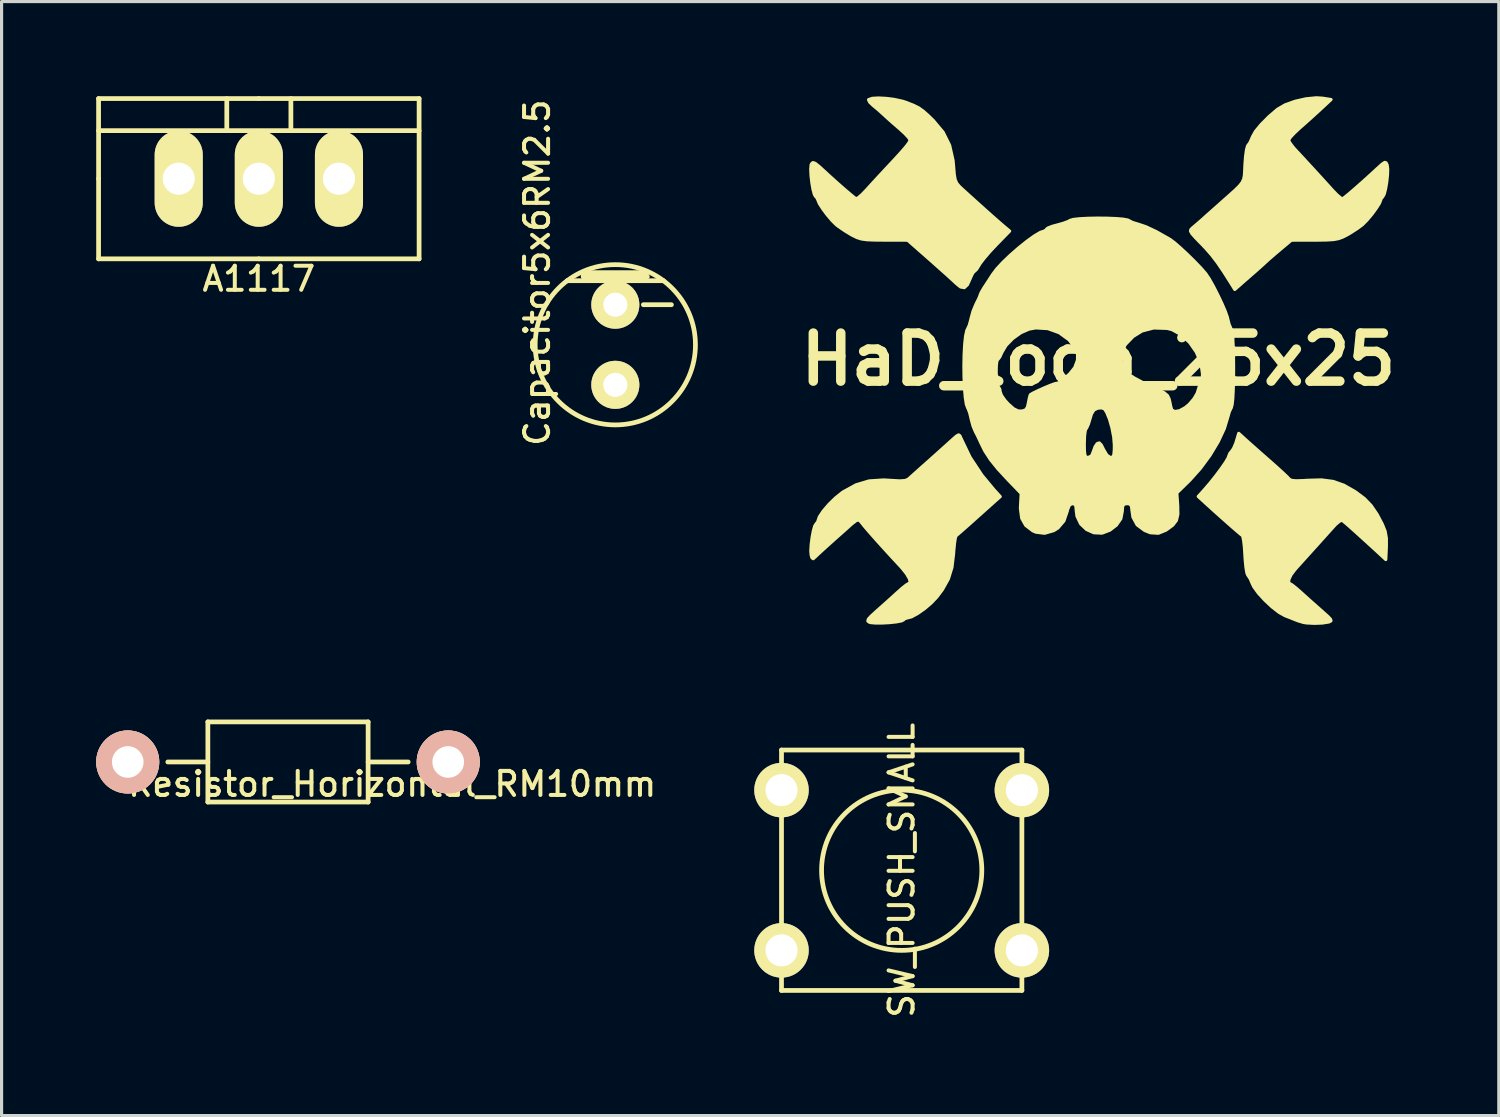
<source format=kicad_pcb>
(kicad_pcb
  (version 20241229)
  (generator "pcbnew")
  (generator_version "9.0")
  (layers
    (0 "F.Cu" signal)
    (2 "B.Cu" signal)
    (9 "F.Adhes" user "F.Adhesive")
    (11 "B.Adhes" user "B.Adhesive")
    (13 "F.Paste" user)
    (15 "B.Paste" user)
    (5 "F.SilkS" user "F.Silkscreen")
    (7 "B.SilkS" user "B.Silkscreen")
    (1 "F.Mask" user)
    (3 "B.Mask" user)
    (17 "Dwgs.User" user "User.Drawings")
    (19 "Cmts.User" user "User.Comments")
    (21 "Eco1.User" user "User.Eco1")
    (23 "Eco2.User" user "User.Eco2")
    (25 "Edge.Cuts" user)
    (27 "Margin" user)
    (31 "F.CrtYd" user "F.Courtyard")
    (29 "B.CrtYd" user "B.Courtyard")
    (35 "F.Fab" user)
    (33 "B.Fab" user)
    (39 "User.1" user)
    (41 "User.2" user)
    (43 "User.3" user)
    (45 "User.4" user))
  (footprint "SW_PUSH_SMALL"
    (layer "F.Cu")
    (at 25.533 24.536)
    (property "Reference" "SW_PUSH_SMALL" (at 0 0 90) (layer "F.SilkS") (effects (font (size 0.762 0.762) (thickness 0.127))))
    (attr through_hole)
    (fp_line (start -3.81 -3.81) (end -3.81 3.81) (stroke (width 0.15) (type solid)) (layer "F.SilkS"))
    (fp_line (start -3.81 -3.81) (end 3.81 -3.81) (stroke (width 0.15) (type solid)) (layer "F.SilkS"))
    (fp_line (start 3.81 -3.81) (end 3.81 3.81) (stroke (width 0.15) (type solid)) (layer "F.SilkS"))
    (fp_line (start 3.81 3.81) (end -3.81 3.81) (stroke (width 0.15) (type solid)) (layer "F.SilkS"))
    (fp_circle (center 0 0) (end 0 -2.54) (stroke (width 0.15) (type solid)) (fill no) (layer "F.SilkS"))
    (pad "1" thru_hole circle (at -3.81 -2.54) (size 1.727 1.727) (drill 1.016) (layers "*.Cu" "*.Mask" "F.SilkS"))
    (pad "1" thru_hole circle (at 3.81 -2.54) (size 1.727 1.727) (drill 1.016) (layers "*.Cu" "*.Mask" "F.SilkS"))
    (pad "2" thru_hole circle (at -3.81 2.54) (size 1.727 1.727) (drill 1.016) (layers "*.Cu" "*.Mask" "F.SilkS"))
    (pad "2" thru_hole circle (at 3.81 2.54) (size 1.727 1.727) (drill 1.016) (layers "*.Cu" "*.Mask" "F.SilkS")))
  (footprint "Resistor_Horizontal_RM10mm"
    (layer "F.Cu")
    (at 6.079 21.104)
    (property "Reference" "Resistor_Horizontal_RM10mm" (at 3.302 0.699 0) (layer "F.SilkS") (effects (font (size 0.762 0.762) (thickness 0.127))))
    (attr through_hole)
    (fp_line (start -2.54 -1.27) (end 2.54 -1.27) (stroke (width 0.15) (type solid)) (layer "F.SilkS"))
    (fp_line (start -2.54 0) (end -3.81 0) (stroke (width 0.15) (type solid)) (layer "F.SilkS"))
    (fp_line (start -2.54 1.27) (end -2.54 -1.27) (stroke (width 0.15) (type solid)) (layer "F.SilkS"))
    (fp_line (start 2.54 -1.27) (end 2.54 1.27) (stroke (width 0.15) (type solid)) (layer "F.SilkS"))
    (fp_line (start 2.54 0) (end 3.81 0) (stroke (width 0.15) (type solid)) (layer "F.SilkS"))
    (fp_line (start 2.54 1.27) (end -2.54 1.27) (stroke (width 0.15) (type solid)) (layer "F.SilkS"))
    (pad "1" thru_hole circle (at -5.08 0) (size 1.999 1.999) (drill 1.001) (layers "*.Cu" "*.SilkS" "*.Mask"))
    (pad "2" thru_hole circle (at 5.08 0) (size 1.999 1.999) (drill 1.001) (layers "*.Cu" "*.SilkS" "*.Mask")))
  (footprint "Capacitor5x6RM2.5"
    (layer "F.Cu")
    (at 16.455 7.879)
    (property "Reference" "Capacitor5x6RM2.5" (at -2.477 -2.286 90) (layer "F.SilkS") (effects (font (size 0.762 0.762) (thickness 0.127))))
    (attr through_hole)
    (fp_line (start -1.524 -2.032) (end 1.524 -2.032) (stroke (width 0.15) (type solid)) (layer "F.SilkS"))
    (fp_line (start -1.016 -2.286) (end -1.016 -2.159) (stroke (width 0.15) (type solid)) (layer "F.SilkS"))
    (fp_line (start -1.016 -2.159) (end 1.016 -2.159) (stroke (width 0.15) (type solid)) (layer "F.SilkS"))
    (fp_line (start 0.889 -1.27) (end 1.778 -1.27) (stroke (width 0.15) (type solid)) (layer "F.SilkS"))
    (fp_line (start 1.016 -2.286) (end -1.016 -2.286) (stroke (width 0.15) (type solid)) (layer "F.SilkS"))
    (fp_circle (center 0 0) (end -2.54 0) (stroke (width 0.15) (type solid)) (fill no) (layer "F.SilkS"))
    (pad "1" thru_hole circle (at 0 1.27) (size 1.524 1.524) (drill 0.762) (layers "*.Cu" "*.Mask" "F.SilkS"))
    (pad "2" thru_hole circle (at 0 -1.27) (size 1.524 1.524) (drill 0.762) (layers "*.Cu" "*.Mask" "F.SilkS")))
  (footprint "A1117"
    (layer "F.Cu")
    (at 5.155 2.615)
    (property "Reference" "A1117" (at 0 3.175 0) (layer "F.SilkS") (effects (font (size 0.762 0.762) (thickness 0.127))))
    (attr through_hole)
    (fp_line (start -5.08 -2.54) (end 0 -2.54) (stroke (width 0.15) (type solid)) (layer "F.SilkS"))
    (fp_line (start -5.08 0) (end -5.08 -2.54) (stroke (width 0.15) (type solid)) (layer "F.SilkS"))
    (fp_line (start -5.08 2.54) (end -5.08 0) (stroke (width 0.15) (type solid)) (layer "F.SilkS"))
    (fp_line (start -1.016 -1.524) (end -1.016 -2.54) (stroke (width 0.15) (type solid)) (layer "F.SilkS"))
    (fp_line (start 0 -2.54) (end 5.08 -2.54) (stroke (width 0.15) (type solid)) (layer "F.SilkS"))
    (fp_line (start 0 2.54) (end -5.08 2.54) (stroke (width 0.15) (type solid)) (layer "F.SilkS"))
    (fp_line (start 1.016 -2.54) (end 1.016 -1.524) (stroke (width 0.15) (type solid)) (layer "F.SilkS"))
    (fp_line (start 5.08 -2.54) (end 5.08 2.54) (stroke (width 0.15) (type solid)) (layer "F.SilkS"))
    (fp_line (start 5.08 -1.524) (end -5.08 -1.524) (stroke (width 0.15) (type solid)) (layer "F.SilkS"))
    (fp_line (start 5.08 2.54) (end 0 2.54) (stroke (width 0.15) (type solid)) (layer "F.SilkS"))
    (pad "1" thru_hole oval (at -2.54 0) (size 1.524 3.048) (drill 1.016) (layers "*.Cu" "*.Mask" "F.SilkS"))
    (pad "2" thru_hole oval (at 0 0) (size 1.524 3.048) (drill 1.016) (layers "*.Cu" "*.Mask" "F.SilkS"))
    (pad "3" thru_hole oval (at 2.54 0) (size 1.524 3.048) (drill 1.016) (layers "*.Cu" "*.Mask" "F.SilkS")))
  (footprint "HaD_logo_25x25"
    (layer "F.Cu")
    (at 31.766 8.342)
    (property "Reference" "HaD_logo_25x25" (at 0 0 0) (layer "F.SilkS") (effects (font (size 1.524 1.524) (thickness 0.3))))
    (attr through_hole)
    (fp_poly (pts (xy 9.131 5.935) (xy 9.112 6.345) (xy 8.822 6.077) (xy 8.476 5.761) (xy 8.184 5.496) (xy 7.955 5.291) (xy 7.799 5.156) (xy 7.73 5.101) (xy 7.657 5.122) (xy 7.539 5.217) (xy 7.479 5.279) (xy 7.352 5.421) (xy 7.169 5.624) (xy 6.962 5.854) (xy 6.858 5.969) (xy 6.649 6.201) (xy 6.449 6.423) (xy 6.287 6.603) (xy 6.231 6.666) (xy 6.109 6.829) (xy 6.04 6.977) (xy 6.033 7.082) (xy 6.08 7.113) (xy 6.148 7.154) (xy 6.279 7.259) (xy 6.445 7.405) (xy 6.673 7.611) (xy 6.931 7.84) (xy 7.101 7.99) (xy 7.274 8.145) (xy 7.362 8.237) (xy 7.375 8.288) (xy 7.325 8.318) (xy 7.292 8.328) (xy 7.097 8.358) (xy 6.846 8.367) (xy 6.605 8.355) (xy 6.509 8.34) (xy 6.339 8.29) (xy 6.255 8.258) (xy 6.106 8.198) (xy 5.923 8.127) (xy 5.917 8.125) (xy 5.73 8.021) (xy 5.507 7.847) (xy 5.279 7.634) (xy 5.076 7.413) (xy 4.93 7.212) (xy 4.881 7.112) (xy 4.814 6.954) (xy 4.749 6.854) (xy 4.74 6.847) (xy 4.709 6.768) (xy 4.679 6.593) (xy 4.656 6.353) (xy 4.647 6.212) (xy 4.63 5.95) (xy 4.606 5.74) (xy 4.579 5.611) (xy 4.566 5.585) (xy 4.492 5.527) (xy 4.346 5.402) (xy 4.148 5.23) (xy 3.922 5.029) (xy 3.688 4.82) (xy 3.468 4.621) (xy 3.447 4.602) (xy 3.167 4.346) (xy 3.365 4.126) (xy 3.548 3.912) (xy 3.732 3.68) (xy 3.9 3.455) (xy 4.033 3.262) (xy 4.113 3.125) (xy 4.128 3.08) (xy 4.172 2.973) (xy 4.212 2.93) (xy 4.284 2.827) (xy 4.357 2.657) (xy 4.374 2.602) (xy 4.451 2.345) (xy 4.655 2.531) (xy 4.785 2.648) (xy 4.982 2.823) (xy 5.219 3.032) (xy 5.429 3.216) (xy 5.657 3.418) (xy 5.851 3.595) (xy 5.99 3.727) (xy 6.052 3.794) (xy 6.117 3.834) (xy 6.262 3.849) (xy 6.504 3.842) (xy 6.633 3.833) (xy 7.076 3.821) (xy 7.445 3.869) (xy 7.782 3.988) (xy 8.132 4.187) (xy 8.16 4.206) (xy 8.434 4.411) (xy 8.65 4.636) (xy 8.839 4.915) (xy 9.002 5.224) (xy 9.092 5.447) (xy 9.131 5.669) (xy 9.131 5.935)) (stroke (width 0.1) (type solid)) (fill yes) (layer "F.SilkS"))
    (fp_poly (pts (xy -3.109 4.35) (xy -3.317 4.534) (xy -3.457 4.66) (xy -3.658 4.839) (xy -3.886 5.043) (xy -3.991 5.138) (xy -4.195 5.319) (xy -4.364 5.468) (xy -4.476 5.564) (xy -4.507 5.588) (xy -4.533 5.662) (xy -4.559 5.831) (xy -4.582 6.064) (xy -4.588 6.16) (xy -4.64 6.595) (xy -4.752 6.958) (xy -4.942 7.299) (xy -5.118 7.534) (xy -5.294 7.719) (xy -5.507 7.901) (xy -5.726 8.055) (xy -5.919 8.16) (xy -6.038 8.191) (xy -6.144 8.222) (xy -6.17 8.255) (xy -6.24 8.29) (xy -6.4 8.321) (xy -6.615 8.344) (xy -6.846 8.357) (xy -7.059 8.358) (xy -7.216 8.344) (xy -7.259 8.332) (xy -7.306 8.296) (xy -7.292 8.237) (xy -7.204 8.139) (xy -7.031 7.981) (xy -7.015 7.967) (xy -6.784 7.762) (xy -6.541 7.544) (xy -6.363 7.382) (xy -6.203 7.241) (xy -6.078 7.143) (xy -6.02 7.112) (xy -5.963 7.07) (xy -5.987 6.957) (xy -6.082 6.792) (xy -6.24 6.596) (xy -6.271 6.562) (xy -6.541 6.271) (xy -6.805 5.982) (xy -7.049 5.711) (xy -7.256 5.477) (xy -7.411 5.296) (xy -7.5 5.185) (xy -7.512 5.168) (xy -7.581 5.092) (xy -7.671 5.105) (xy -7.81 5.212) (xy -7.823 5.223) (xy -7.942 5.331) (xy -8.124 5.493) (xy -8.336 5.681) (xy -8.41 5.747) (xy -8.616 5.932) (xy -8.797 6.097) (xy -8.924 6.215) (xy -8.952 6.242) (xy -9.037 6.318) (xy -9.079 6.29) (xy -9.103 6.206) (xy -9.114 6.067) (xy -9.102 5.867) (xy -9.073 5.644) (xy -9.034 5.436) (xy -8.99 5.281) (xy -8.95 5.218) (xy -8.892 5.145) (xy -8.89 5.127) (xy -8.844 4.992) (xy -8.72 4.806) (xy -8.542 4.598) (xy -8.334 4.394) (xy -8.119 4.222) (xy -8.088 4.2) (xy -7.682 3.977) (xy -7.267 3.853) (xy -6.806 3.822) (xy -6.567 3.836) (xy -6.291 3.852) (xy -6.117 3.839) (xy -6.022 3.796) (xy -5.94 3.722) (xy -5.787 3.585) (xy -5.586 3.405) (xy -5.399 3.239) (xy -5.156 3.022) (xy -4.923 2.813) (xy -4.732 2.641) (xy -4.639 2.556) (xy -4.502 2.435) (xy -4.429 2.393) (xy -4.387 2.422) (xy -4.356 2.493) (xy -4.067 3.098) (xy -3.691 3.668) (xy -3.317 4.12) (xy -3.109 4.35)) (stroke (width 0.1) (type solid)) (fill yes) (layer "F.SilkS"))
    (fp_poly (pts (xy -2.811 -4.067) (xy -3.245 -3.622) (xy -3.446 -3.407) (xy -3.62 -3.203) (xy -3.744 -3.041) (xy -3.778 -2.985) (xy -3.858 -2.856) (xy -3.921 -2.795) (xy -3.926 -2.794) (xy -3.977 -2.741) (xy -4.041 -2.609) (xy -4.053 -2.578) (xy -4.149 -2.366) (xy -4.248 -2.274) (xy -4.367 -2.295) (xy -4.49 -2.394) (xy -4.605 -2.501) (xy -4.791 -2.671) (xy -5.027 -2.881) (xy -5.287 -3.113) (xy -5.358 -3.175) (xy -6.043 -3.778) (xy -6.784 -3.78) (xy -7.11 -3.783) (xy -7.341 -3.793) (xy -7.509 -3.817) (xy -7.644 -3.859) (xy -7.779 -3.924) (xy -7.828 -3.95) (xy -8.039 -4.078) (xy -8.232 -4.21) (xy -8.305 -4.266) (xy -8.445 -4.405) (xy -8.598 -4.586) (xy -8.739 -4.776) (xy -8.845 -4.942) (xy -8.89 -5.05) (xy -8.89 -5.055) (xy -8.935 -5.144) (xy -8.957 -5.155) (xy -9.001 -5.227) (xy -9.044 -5.387) (xy -9.081 -5.599) (xy -9.107 -5.825) (xy -9.116 -6.027) (xy -9.105 -6.167) (xy -9.095 -6.194) (xy -9.049 -6.238) (xy -8.975 -6.215) (xy -8.85 -6.115) (xy -8.78 -6.052) (xy -8.528 -5.82) (xy -8.278 -5.595) (xy -8.047 -5.392) (xy -7.857 -5.23) (xy -7.726 -5.123) (xy -7.677 -5.091) (xy -7.61 -5.124) (xy -7.488 -5.23) (xy -7.351 -5.372) (xy -7.169 -5.573) (xy -6.946 -5.815) (xy -6.729 -6.048) (xy -6.718 -6.06) (xy -6.434 -6.364) (xy -6.228 -6.591) (xy -6.09 -6.753) (xy -6.008 -6.862) (xy -5.973 -6.932) (xy -5.969 -6.955) (xy -6.014 -7.031) (xy -6.133 -7.159) (xy -6.297 -7.309) (xy -6.496 -7.481) (xy -6.681 -7.645) (xy -6.792 -7.748) (xy -6.968 -7.907) (xy -7.141 -8.051) (xy -7.248 -8.153) (xy -7.284 -8.227) (xy -7.28 -8.235) (xy -7.17 -8.274) (xy -6.973 -8.286) (xy -6.722 -8.273) (xy -6.455 -8.237) (xy -6.205 -8.183) (xy -6.077 -8.141) (xy -5.858 -8.054) (xy -5.697 -7.974) (xy -5.555 -7.874) (xy -5.392 -7.73) (xy -5.228 -7.57) (xy -4.917 -7.198) (xy -4.713 -6.786) (xy -4.605 -6.31) (xy -4.588 -6.128) (xy -4.567 -5.869) (xy -4.538 -5.699) (xy -4.488 -5.583) (xy -4.404 -5.483) (xy -4.347 -5.429) (xy -4.109 -5.212) (xy -3.842 -4.971) (xy -3.572 -4.728) (xy -3.324 -4.508) (xy -3.123 -4.331) (xy -3.009 -4.233) (xy -2.811 -4.067)) (stroke (width 0.1) (type solid)) (fill yes) (layer "F.SilkS"))
    (fp_poly (pts (xy 9.173 -6.032) (xy 9.166 -5.838) (xy 9.142 -5.615) (xy 9.105 -5.402) (xy 9.062 -5.236) (xy 9.017 -5.156) (xy 9.014 -5.154) (xy 8.957 -5.081) (xy 8.954 -5.055) (xy 8.914 -4.952) (xy 8.812 -4.79) (xy 8.673 -4.6) (xy 8.52 -4.418) (xy 8.378 -4.275) (xy 8.368 -4.266) (xy 8.209 -4.148) (xy 8 -4.013) (xy 7.892 -3.95) (xy 7.749 -3.877) (xy 7.616 -3.828) (xy 7.462 -3.799) (xy 7.253 -3.785) (xy 6.959 -3.78) (xy 6.854 -3.78) (xy 6.119 -3.778) (xy 5.778 -3.492) (xy 5.583 -3.327) (xy 5.41 -3.177) (xy 5.303 -3.08) (xy 5.169 -2.957) (xy 4.999 -2.806) (xy 4.95 -2.763) (xy 4.757 -2.595) (xy 4.562 -2.424) (xy 4.528 -2.394) (xy 4.325 -2.216) (xy 4.215 -2.394) (xy 3.975 -2.773) (xy 3.773 -3.07) (xy 3.585 -3.315) (xy 3.389 -3.538) (xy 3.261 -3.671) (xy 3.074 -3.863) (xy 2.965 -3.987) (xy 2.922 -4.065) (xy 2.934 -4.119) (xy 2.989 -4.173) (xy 2.997 -4.179) (xy 3.139 -4.299) (xy 3.294 -4.435) (xy 3.423 -4.551) (xy 3.61 -4.717) (xy 3.816 -4.9) (xy 3.842 -4.924) (xy 4.127 -5.176) (xy 4.332 -5.36) (xy 4.473 -5.499) (xy 4.561 -5.612) (xy 4.609 -5.719) (xy 4.631 -5.841) (xy 4.64 -5.999) (xy 4.648 -6.181) (xy 4.668 -6.436) (xy 4.696 -6.641) (xy 4.729 -6.764) (xy 4.742 -6.784) (xy 4.804 -6.868) (xy 4.871 -7.02) (xy 4.881 -7.048) (xy 4.979 -7.225) (xy 5.162 -7.448) (xy 5.41 -7.697) (xy 5.681 -7.929) (xy 5.918 -8.067) (xy 6.235 -8.181) (xy 6.583 -8.26) (xy 6.914 -8.292) (xy 7.111 -8.279) (xy 7.377 -8.237) (xy 7.049 -7.932) (xy 6.815 -7.718) (xy 6.552 -7.482) (xy 6.376 -7.327) (xy 6.207 -7.169) (xy 6.084 -7.036) (xy 6.033 -6.955) (xy 6.032 -6.951) (xy 6.073 -6.863) (xy 6.175 -6.726) (xy 6.239 -6.654) (xy 6.545 -6.324) (xy 6.862 -5.98) (xy 7.156 -5.658) (xy 7.398 -5.391) (xy 7.414 -5.372) (xy 7.562 -5.219) (xy 7.681 -5.118) (xy 7.741 -5.091) (xy 7.814 -5.142) (xy 7.961 -5.263) (xy 8.162 -5.437) (xy 8.399 -5.646) (xy 8.652 -5.875) (xy 8.845 -6.053) (xy 8.994 -6.188) (xy 9.078 -6.244) (xy 9.123 -6.23) (xy 9.157 -6.158) (xy 9.173 -6.032)) (stroke (width 0.1) (type solid)) (fill yes) (layer "F.SilkS"))
    (fp_poly (pts (xy 4.288 0.282) (xy 4.286 0.633) (xy 4.277 0.958) (xy 4.263 1.233) (xy 4.242 1.432) (xy 4.216 1.53) (xy 4.216 1.53) (xy 4.155 1.654) (xy 4.106 1.826) (xy 4.106 1.827) (xy 3.995 2.194) (xy 3.801 2.609) (xy 3.543 3.039) (xy 3.302 3.367) (xy 3.302 0.453) (xy 3.25 0.108) (xy 3.106 -0.231) (xy 2.893 -0.536) (xy 2.63 -0.782) (xy 2.339 -0.942) (xy 2.183 -0.982) (xy 1.756 -0.996) (xy 1.385 -0.9) (xy 1.104 -0.726) (xy 0.854 -0.467) (xy 0.728 -0.195) (xy 0.724 0.084) (xy 0.763 0.225) (xy 0.832 0.347) (xy 0.949 0.463) (xy 1.128 0.584) (xy 1.388 0.723) (xy 1.744 0.892) (xy 1.889 0.958) (xy 2.085 1.057) (xy 2.193 1.147) (xy 2.247 1.261) (xy 2.263 1.333) (xy 2.296 1.494) (xy 2.327 1.597) (xy 2.33 1.603) (xy 2.424 1.655) (xy 2.576 1.627) (xy 2.757 1.528) (xy 2.882 1.423) (xy 3.028 1.252) (xy 3.131 1.079) (xy 3.154 1.009) (xy 3.198 0.865) (xy 3.247 0.789) (xy 3.279 0.71) (xy 3.299 0.55) (xy 3.302 0.453) (xy 3.302 3.367) (xy 3.238 3.454) (xy 2.906 3.825) (xy 2.884 3.847) (xy 2.489 4.233) (xy 2.517 4.641) (xy 2.521 4.913) (xy 2.476 5.104) (xy 2.361 5.255) (xy 2.156 5.406) (xy 2.145 5.413) (xy 1.903 5.512) (xy 1.648 5.495) (xy 1.468 5.423) (xy 1.229 5.245) (xy 1.097 5) (xy 1.068 4.803) (xy 1.05 4.648) (xy 0.995 4.583) (xy 0.91 4.572) (xy 0.812 4.589) (xy 0.769 4.665) (xy 0.76 4.81) (xy 0.714 5.051) (xy 0.572 5.255) (xy 0.508 5.304) (xy 0.508 2.715) (xy 0.487 2.457) (xy 0.432 2.171) (xy 0.354 1.897) (xy 0.264 1.676) (xy 0.19 1.564) (xy 0.094 1.536) (xy -0.026 1.549) (xy -0.14 1.605) (xy -0.216 1.728) (xy -0.261 1.875) (xy -0.315 2.053) (xy -0.369 2.173) (xy -0.389 2.196) (xy -0.417 2.272) (xy -0.437 2.439) (xy -0.444 2.662) (xy -0.445 2.671) (xy -0.441 2.904) (xy -0.425 3.037) (xy -0.389 3.097) (xy -0.325 3.111) (xy -0.323 3.111) (xy -0.214 3.058) (xy -0.16 2.925) (xy -0.103 2.767) (xy -0.034 2.668) (xy 0.031 2.648) (xy 0.096 2.716) (xy 0.165 2.855) (xy 0.273 3.038) (xy 0.382 3.111) (xy 0.393 3.111) (xy 0.457 3.094) (xy 0.492 3.024) (xy 0.506 2.873) (xy 0.508 2.715) (xy 0.508 5.304) (xy 0.367 5.413) (xy 0.117 5.508) (xy -0.14 5.496) (xy -0.375 5.392) (xy -0.563 5.212) (xy -0.658 5.011) (xy -0.658 -0.208) (xy -0.694 -0.309) (xy -0.928 -0.619) (xy -1.238 -0.845) (xy -1.599 -0.975) (xy -1.983 -0.998) (xy -2.195 -0.96) (xy -2.454 -0.847) (xy -2.711 -0.663) (xy -2.925 -0.443) (xy -3.057 -0.222) (xy -3.057 -0.22) (xy -3.122 -0.077) (xy -3.179 -0.003) (xy -3.188 0) (xy -3.217 0.057) (xy -3.233 0.2) (xy -3.238 0.39) (xy -3.23 0.589) (xy -3.211 0.755) (xy -3.182 0.85) (xy -3.175 0.857) (xy -3.123 0.946) (xy -3.111 1.027) (xy -3.069 1.143) (xy -2.958 1.301) (xy -2.86 1.409) (xy -2.685 1.565) (xy -2.546 1.634) (xy -2.433 1.64) (xy -2.311 1.606) (xy -2.247 1.515) (xy -2.217 1.38) (xy -2.186 1.221) (xy -2.158 1.126) (xy -2.153 1.118) (xy -2.068 1.068) (xy -1.909 0.991) (xy -1.716 0.904) (xy -1.529 0.826) (xy -1.389 0.774) (xy -1.341 0.762) (xy -1.287 0.755) (xy -1.223 0.722) (xy -1.123 0.645) (xy -0.96 0.506) (xy -0.91 0.462) (xy -0.748 0.26) (xy -0.66 0.022) (xy -0.658 -0.208) (xy -0.658 5.011) (xy -0.677 4.97) (xy -0.699 4.796) (xy -0.713 4.641) (xy -0.769 4.578) (xy -0.818 4.572) (xy -0.912 4.613) (xy -0.97 4.75) (xy -0.982 4.804) (xy -1.089 5.12) (xy -1.279 5.344) (xy -1.413 5.428) (xy -1.703 5.512) (xy -1.981 5.477) (xy -2.078 5.434) (xy -2.303 5.261) (xy -2.429 5.035) (xy -2.469 4.734) (xy -2.466 4.632) (xy -2.445 4.25) (xy -2.857 3.823) (xy -3.179 3.476) (xy -3.419 3.178) (xy -3.599 2.901) (xy -3.738 2.619) (xy -3.744 2.603) (xy -3.83 2.42) (xy -3.9 2.286) (xy -3.971 2.116) (xy -4.028 1.906) (xy -4.035 1.873) (xy -4.078 1.693) (xy -4.127 1.564) (xy -4.138 1.546) (xy -4.184 1.424) (xy -4.218 1.201) (xy -4.243 0.906) (xy -4.257 0.564) (xy -4.261 0.201) (xy -4.254 -0.155) (xy -4.236 -0.478) (xy -4.208 -0.741) (xy -4.169 -0.918) (xy -4.144 -0.968) (xy -4.092 -1.08) (xy -4.044 -1.255) (xy -4.036 -1.294) (xy -3.973 -1.524) (xy -3.878 -1.752) (xy -3.869 -1.77) (xy -3.792 -1.924) (xy -3.749 -2.029) (xy -3.747 -2.044) (xy -3.714 -2.12) (xy -3.633 -2.26) (xy -3.587 -2.331) (xy -3.47 -2.509) (xy -3.371 -2.663) (xy -3.348 -2.698) (xy -3.215 -2.874) (xy -3.017 -3.086) (xy -2.778 -3.314) (xy -2.518 -3.54) (xy -2.26 -3.747) (xy -2.026 -3.915) (xy -1.837 -4.027) (xy -1.722 -4.064) (xy -1.654 -4.104) (xy -1.651 -4.121) (xy -1.595 -4.166) (xy -1.45 -4.221) (xy -1.318 -4.256) (xy -1.112 -4.314) (xy -0.95 -4.374) (xy -0.895 -4.406) (xy -0.793 -4.436) (xy -0.595 -4.458) (xy -0.331 -4.472) (xy -0.03 -4.478) (xy 0.277 -4.475) (xy 0.559 -4.464) (xy 0.787 -4.445) (xy 0.931 -4.418) (xy 0.959 -4.405) (xy 1.081 -4.342) (xy 1.254 -4.289) (xy 1.263 -4.287) (xy 1.508 -4.205) (xy 1.831 -4.053) (xy 2.211 -3.839) (xy 2.286 -3.794) (xy 2.421 -3.692) (xy 2.614 -3.523) (xy 2.837 -3.315) (xy 3.062 -3.093) (xy 3.262 -2.884) (xy 3.408 -2.715) (xy 3.41 -2.712) (xy 3.517 -2.552) (xy 3.649 -2.317) (xy 3.789 -2.043) (xy 3.921 -1.765) (xy 4.027 -1.517) (xy 4.091 -1.334) (xy 4.099 -1.299) (xy 4.145 -1.114) (xy 4.203 -0.977) (xy 4.215 -0.959) (xy 4.241 -0.863) (xy 4.262 -0.665) (xy 4.277 -0.392) (xy 4.285 -0.068) (xy 4.288 0.282)) (stroke (width 0.1) (type solid)) (fill yes) (layer "F.SilkS")))
  (gr_rect
    (start -3 -3)
    (end 44.461 32.313)
    (stroke (width 0.1) (type default))
    (fill no)
    (layer "Edge.Cuts")))
</source>
